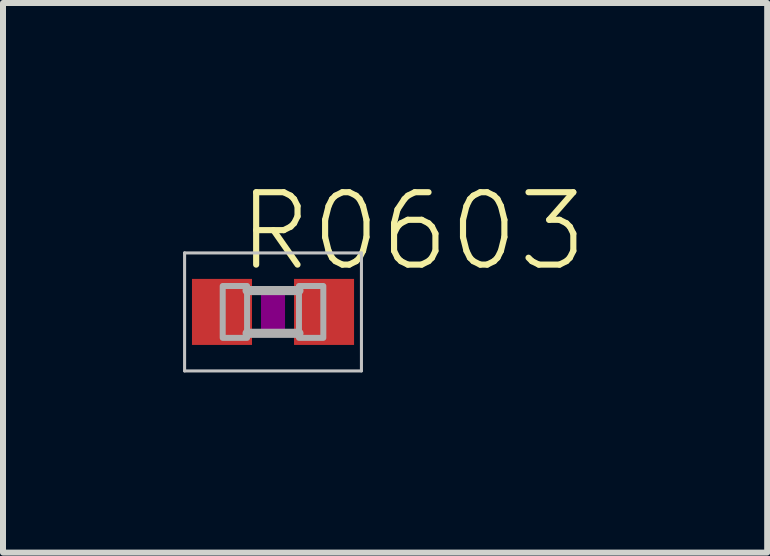
<source format=kicad_pcb>
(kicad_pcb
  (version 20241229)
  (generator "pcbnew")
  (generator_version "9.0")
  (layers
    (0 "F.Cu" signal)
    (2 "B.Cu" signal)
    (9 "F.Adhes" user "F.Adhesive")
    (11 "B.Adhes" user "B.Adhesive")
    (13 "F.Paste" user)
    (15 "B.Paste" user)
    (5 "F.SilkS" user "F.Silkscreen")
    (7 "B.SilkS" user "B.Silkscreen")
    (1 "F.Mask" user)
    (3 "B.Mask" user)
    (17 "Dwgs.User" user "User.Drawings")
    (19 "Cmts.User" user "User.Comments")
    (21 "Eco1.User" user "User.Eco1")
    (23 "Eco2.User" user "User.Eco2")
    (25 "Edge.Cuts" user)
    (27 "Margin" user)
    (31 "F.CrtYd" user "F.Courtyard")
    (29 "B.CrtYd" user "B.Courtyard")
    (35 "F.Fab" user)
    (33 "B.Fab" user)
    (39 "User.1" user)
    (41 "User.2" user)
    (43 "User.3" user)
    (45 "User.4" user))
  (footprint "R0603"
    (layer "F.Cu")
    (at 1.498 2.146)
    (property "Reference" "R0603" (at -0.635 -0.635 0) (layer "F.SilkS") (effects (font (size 1.206 1.206) (thickness 0.102)) (justify left bottom)))
    (attr through_hole)
    (fp_poly (pts (xy -0.2 0.4) (xy 0.2 0.4) (xy 0.2 -0.4) (xy -0.2 -0.4)) (stroke (width 0) (type solid)) (fill yes) (layer "F.Adhes"))
    (fp_line (start -1.473 -0.983) (end 1.473 -0.983) (stroke (width 0.051) (type solid)) (layer "Dwgs.User"))
    (fp_line (start -1.473 0.983) (end -1.473 -0.983) (stroke (width 0.051) (type solid)) (layer "Dwgs.User"))
    (fp_line (start 1.473 -0.983) (end 1.473 0.983) (stroke (width 0.051) (type solid)) (layer "Dwgs.User"))
    (fp_line (start 1.473 0.983) (end -1.473 0.983) (stroke (width 0.051) (type solid)) (layer "Dwgs.User"))
    (fp_line (start -0.432 0.356) (end 0.432 0.356) (stroke (width 0.152) (type solid)) (layer "F.Fab"))
    (fp_line (start 0.432 -0.356) (end -0.432 -0.356) (stroke (width 0.152) (type solid)) (layer "F.Fab"))
    (fp_poly (pts (xy -0.838 0.432) (xy -0.432 0.432) (xy -0.432 -0.432) (xy -0.838 -0.432)) (stroke (width 0.1) (type solid)) (fill no) (layer "F.Fab"))
    (fp_poly (pts (xy 0.432 0.432) (xy 0.838 0.432) (xy 0.838 -0.432) (xy 0.432 -0.432)) (stroke (width 0.1) (type solid)) (fill no) (layer "F.Fab"))
    (pad "1" smd rect (at -0.85 0) (size 1 1.1) (layers "F.Cu" "F.Mask" "F.Paste"))
    (pad "2" smd rect (at 0.85 0) (size 1 1.1) (layers "F.Cu" "F.Mask" "F.Paste")))
  (gr_rect
    (start -3 -3)
    (end 9.73 6.155)
    (stroke (width 0.1) (type default))
    (fill no)
    (layer "Edge.Cuts")))
</source>
